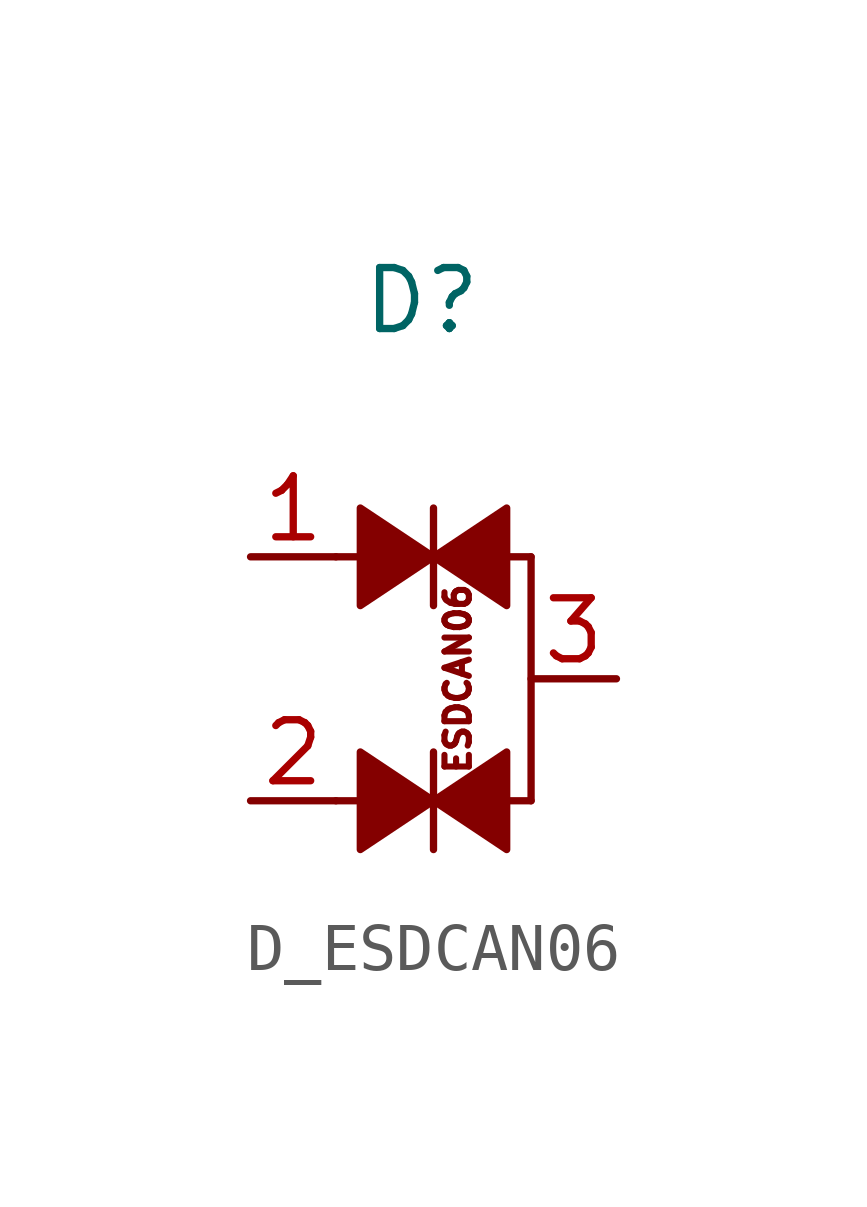
<source format=kicad_sym>
(kicad_symbol_lib
  (version 20211014)
  (generator kicad_symbol_editor)
  (symbol "D_ESDCAN06"
    (pin_names
      (offset 0.254) hide)
    (property "Reference" "D"
      (at -1.524 7.874 0)
      (effects (font (size 1.27 1.27)) (justify left)))
    (symbol "D_ESDCAN06_0_0"
      (text "ESDCAN06" (at 0.508 0 900) (effects (font (size 0.508 0.508)))))
    (symbol "D_ESDCAN06_0_1"
      (polyline (pts (xy -2.032 -2.54) (xy -1.524 -2.54)) (stroke (width 0) (type default) (color 0 0 0 0)) (fill (type none)))
      (polyline (pts (xy -2.032 2.54) (xy -1.524 2.54)) (stroke (width 0) (type default) (color 0 0 0 0)) (fill (type none)))
      (polyline (pts (xy 0 -3.556) (xy 0 -1.524)) (stroke (width 0) (type default) (color 0 0 0 0)) (fill (type none)))
      (polyline (pts (xy 0 1.524) (xy 0 3.556)) (stroke (width 0) (type default) (color 0 0 0 0)) (fill (type none)))
      (polyline (pts (xy 1.524 -2.54) (xy 2.032 -2.54)) (stroke (width 0) (type default) (color 0 0 0 0)) (fill (type none)))
      (polyline (pts (xy 2.032 2.54) (xy 1.524 2.54)) (stroke (width 0) (type default) (color 0 0 0 0)) (fill (type none)))
      (polyline (pts (xy 2.032 2.54) (xy 2.032 -2.54)) (stroke (width 0) (type default) (color 0 0 0 0)) (fill (type none)))
      (polyline (pts (xy 0 -2.54) (xy -1.524 -1.524) (xy -1.524 -3.556) (xy 0 -2.54)) (stroke (width 0) (type default) (color 0 0 0 0)) (fill (type outline)))
      (polyline (pts (xy 0 2.54) (xy -1.524 3.556) (xy -1.524 1.524) (xy 0 2.54)) (stroke (width 0) (type default) (color 0 0 0 0)) (fill (type outline)))
      (polyline (pts (xy 1.524 -3.556) (xy 0 -2.54) (xy 1.524 -1.524) (xy 1.524 -3.556)) (stroke (width 0) (type default) (color 0 0 0 0)) (fill (type outline)))
      (polyline (pts (xy 1.524 1.524) (xy 0 2.54) (xy 1.524 3.556) (xy 1.524 1.524)) (stroke (width 0) (type default) (color 0 0 0 0)) (fill (type outline))))
    (symbol "D_ESDCAN06_1_1"
      (pin passive line (at -3.81 2.54 0) (length 1.778) (name "~" (effects (font (size 1.27 1.27)))) (number "1" (effects (font (size 1.27 1.27)))))
      (pin passive line (at -3.81 -2.54 0) (length 1.778) (name "K" (effects (font (size 1.27 1.27)))) (number "2" (effects (font (size 1.27 1.27)))))
      (pin passive line (at 3.81 0 180) (length 1.778) (name "A" (effects (font (size 1.27 1.27)))) (number "3" (effects (font (size 1.27 1.27))))))))
</source>
